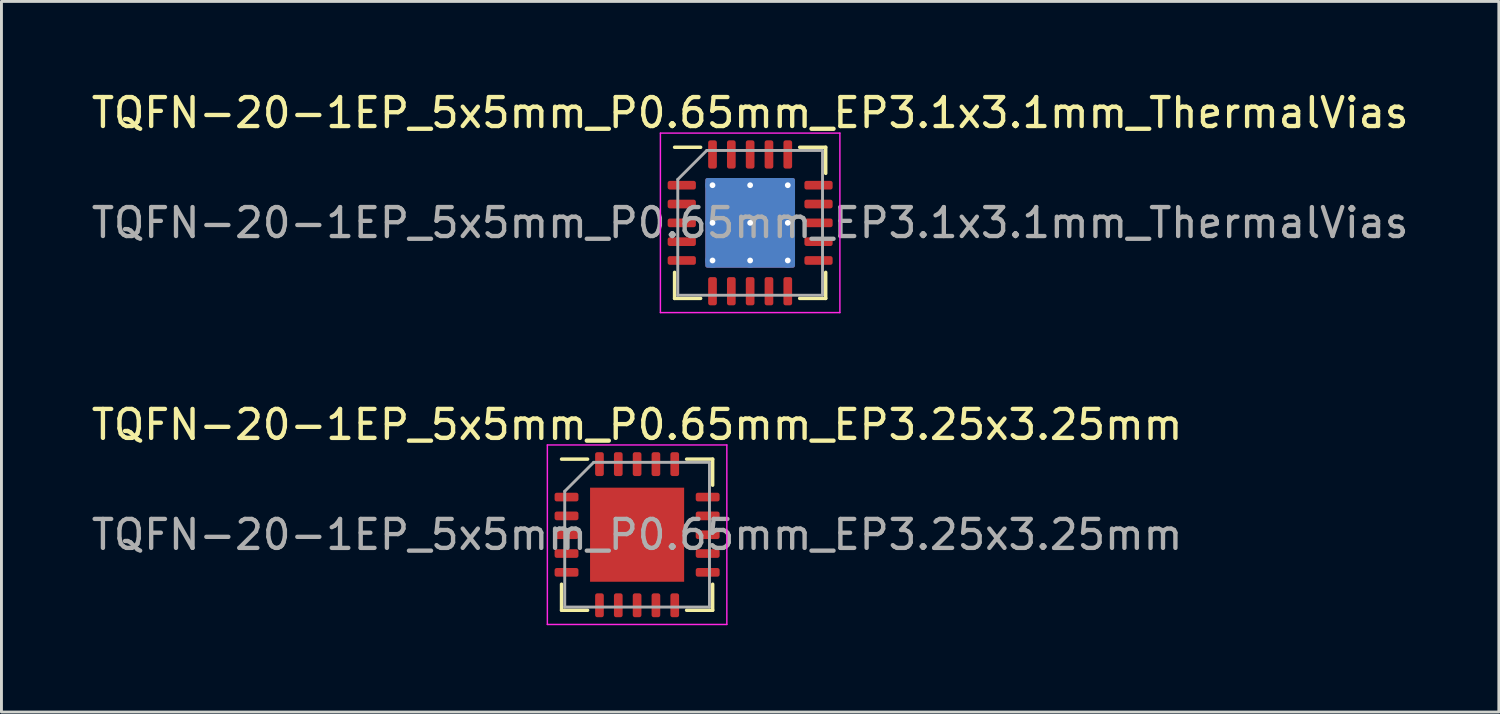
<source format=kicad_pcb>
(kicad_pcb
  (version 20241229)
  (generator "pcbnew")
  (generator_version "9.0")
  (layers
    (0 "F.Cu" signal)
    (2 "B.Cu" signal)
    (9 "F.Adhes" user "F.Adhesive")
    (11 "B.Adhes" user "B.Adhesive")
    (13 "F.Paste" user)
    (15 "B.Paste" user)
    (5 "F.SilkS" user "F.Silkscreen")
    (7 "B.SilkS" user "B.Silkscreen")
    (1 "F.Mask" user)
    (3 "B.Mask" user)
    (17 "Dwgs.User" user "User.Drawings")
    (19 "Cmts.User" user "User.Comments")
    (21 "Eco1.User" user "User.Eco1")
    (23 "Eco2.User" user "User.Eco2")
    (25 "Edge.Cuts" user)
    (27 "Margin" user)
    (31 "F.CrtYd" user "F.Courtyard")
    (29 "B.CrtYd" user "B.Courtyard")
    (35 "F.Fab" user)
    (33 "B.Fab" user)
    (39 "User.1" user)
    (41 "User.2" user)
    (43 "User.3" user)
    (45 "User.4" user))
  (footprint "TQFN-20-1EP_5x5mm_P0.65mm_EP3.25x3.25mm"
    (layer "F.Cu")
    (at 18.958 15.421)
    (property "Reference" "TQFN-20-1EP_5x5mm_P0.65mm_EP3.25x3.25mm" (at 0 -3.8 0) (layer "F.SilkS") (effects (font (size 1 1) (thickness 0.15))))
    (attr smd)
    (fp_line (start -2.61 2.61) (end -2.61 1.71) (stroke (width 0.12) (type solid)) (layer "F.SilkS"))
    (fp_line (start -1.71 -2.61) (end -2.61 -2.61) (stroke (width 0.12) (type solid)) (layer "F.SilkS"))
    (fp_line (start -1.71 2.61) (end -2.61 2.61) (stroke (width 0.12) (type solid)) (layer "F.SilkS"))
    (fp_line (start 1.71 -2.61) (end 2.61 -2.61) (stroke (width 0.12) (type solid)) (layer "F.SilkS"))
    (fp_line (start 1.71 2.61) (end 2.61 2.61) (stroke (width 0.12) (type solid)) (layer "F.SilkS"))
    (fp_line (start 2.61 -2.61) (end 2.61 -1.71) (stroke (width 0.12) (type solid)) (layer "F.SilkS"))
    (fp_line (start 2.61 2.61) (end 2.61 1.71) (stroke (width 0.12) (type solid)) (layer "F.SilkS"))
    (fp_line (start -3.1 -3.1) (end -3.1 3.1) (stroke (width 0.05) (type solid)) (layer "F.CrtYd"))
    (fp_line (start -3.1 3.1) (end 3.1 3.1) (stroke (width 0.05) (type solid)) (layer "F.CrtYd"))
    (fp_line (start 3.1 -3.1) (end -3.1 -3.1) (stroke (width 0.05) (type solid)) (layer "F.CrtYd"))
    (fp_line (start 3.1 3.1) (end 3.1 -3.1) (stroke (width 0.05) (type solid)) (layer "F.CrtYd"))
    (fp_line (start -2.5 -1.5) (end -1.5 -2.5) (stroke (width 0.1) (type solid)) (layer "F.Fab"))
    (fp_line (start -2.5 2.5) (end -2.5 -1.5) (stroke (width 0.1) (type solid)) (layer "F.Fab"))
    (fp_line (start -1.5 -2.5) (end 2.5 -2.5) (stroke (width 0.1) (type solid)) (layer "F.Fab"))
    (fp_line (start 2.5 -2.5) (end 2.5 2.5) (stroke (width 0.1) (type solid)) (layer "F.Fab"))
    (fp_line (start 2.5 2.5) (end -2.5 2.5) (stroke (width 0.1) (type solid)) (layer "F.Fab"))
    (fp_text user "${REFERENCE}" (at 0 0 0) (layer "F.Fab") (effects (font (size 1 1) (thickness 0.15))))
    (pad "" smd roundrect (at -0.81 -0.81) (size 1.31 1.31) (layers "F.Paste") (roundrect_rratio 0.191))
    (pad "" smd roundrect (at -0.81 0.81) (size 1.31 1.31) (layers "F.Paste") (roundrect_rratio 0.191))
    (pad "" smd roundrect (at 0.81 -0.81) (size 1.31 1.31) (layers "F.Paste") (roundrect_rratio 0.191))
    (pad "" smd roundrect (at 0.81 0.81) (size 1.31 1.31) (layers "F.Paste") (roundrect_rratio 0.191))
    (pad "1" smd roundrect (at -2.438 -1.3) (size 0.825 0.3) (layers "F.Cu" "F.Mask" "F.Paste") (roundrect_rratio 0.25))
    (pad "2" smd roundrect (at -2.438 -0.65) (size 0.825 0.3) (layers "F.Cu" "F.Mask" "F.Paste") (roundrect_rratio 0.25))
    (pad "3" smd roundrect (at -2.438 0) (size 0.825 0.3) (layers "F.Cu" "F.Mask" "F.Paste") (roundrect_rratio 0.25))
    (pad "4" smd roundrect (at -2.438 0.65) (size 0.825 0.3) (layers "F.Cu" "F.Mask" "F.Paste") (roundrect_rratio 0.25))
    (pad "5" smd roundrect (at -2.438 1.3) (size 0.825 0.3) (layers "F.Cu" "F.Mask" "F.Paste") (roundrect_rratio 0.25))
    (pad "6" smd roundrect (at -1.3 2.438) (size 0.3 0.825) (layers "F.Cu" "F.Mask" "F.Paste") (roundrect_rratio 0.25))
    (pad "7" smd roundrect (at -0.65 2.438) (size 0.3 0.825) (layers "F.Cu" "F.Mask" "F.Paste") (roundrect_rratio 0.25))
    (pad "8" smd roundrect (at 0 2.438) (size 0.3 0.825) (layers "F.Cu" "F.Mask" "F.Paste") (roundrect_rratio 0.25))
    (pad "9" smd roundrect (at 0.65 2.438) (size 0.3 0.825) (layers "F.Cu" "F.Mask" "F.Paste") (roundrect_rratio 0.25))
    (pad "10" smd roundrect (at 1.3 2.438) (size 0.3 0.825) (layers "F.Cu" "F.Mask" "F.Paste") (roundrect_rratio 0.25))
    (pad "11" smd roundrect (at 2.438 1.3) (size 0.825 0.3) (layers "F.Cu" "F.Mask" "F.Paste") (roundrect_rratio 0.25))
    (pad "12" smd roundrect (at 2.438 0.65) (size 0.825 0.3) (layers "F.Cu" "F.Mask" "F.Paste") (roundrect_rratio 0.25))
    (pad "13" smd roundrect (at 2.438 0) (size 0.825 0.3) (layers "F.Cu" "F.Mask" "F.Paste") (roundrect_rratio 0.25))
    (pad "14" smd roundrect (at 2.438 -0.65) (size 0.825 0.3) (layers "F.Cu" "F.Mask" "F.Paste") (roundrect_rratio 0.25))
    (pad "15" smd roundrect (at 2.438 -1.3) (size 0.825 0.3) (layers "F.Cu" "F.Mask" "F.Paste") (roundrect_rratio 0.25))
    (pad "16" smd roundrect (at 1.3 -2.438) (size 0.3 0.825) (layers "F.Cu" "F.Mask" "F.Paste") (roundrect_rratio 0.25))
    (pad "17" smd roundrect (at 0.65 -2.438) (size 0.3 0.825) (layers "F.Cu" "F.Mask" "F.Paste") (roundrect_rratio 0.25))
    (pad "18" smd roundrect (at 0 -2.438) (size 0.3 0.825) (layers "F.Cu" "F.Mask" "F.Paste") (roundrect_rratio 0.25))
    (pad "19" smd roundrect (at -0.65 -2.438) (size 0.3 0.825) (layers "F.Cu" "F.Mask" "F.Paste") (roundrect_rratio 0.25))
    (pad "20" smd roundrect (at -1.3 -2.438) (size 0.3 0.825) (layers "F.Cu" "F.Mask" "F.Paste") (roundrect_rratio 0.25))
    (pad "21" smd rect (at 0 0) (size 3.25 3.25) (layers "F.Cu" "F.Mask")))
  (footprint "TQFN-20-1EP_5x5mm_P0.65mm_EP3.1x3.1mm_ThermalVias"
    (layer "F.Cu")
    (at 22.863 4.648)
    (property "Reference" "TQFN-20-1EP_5x5mm_P0.65mm_EP3.1x3.1mm_ThermalVias" (at 0 -3.8 0) (layer "F.SilkS") (effects (font (size 1 1) (thickness 0.15))))
    (attr smd)
    (fp_line (start -2.61 2.61) (end -2.61 1.71) (stroke (width 0.12) (type solid)) (layer "F.SilkS"))
    (fp_line (start -1.71 -2.61) (end -2.61 -2.61) (stroke (width 0.12) (type solid)) (layer "F.SilkS"))
    (fp_line (start -1.71 2.61) (end -2.61 2.61) (stroke (width 0.12) (type solid)) (layer "F.SilkS"))
    (fp_line (start 1.71 -2.61) (end 2.61 -2.61) (stroke (width 0.12) (type solid)) (layer "F.SilkS"))
    (fp_line (start 1.71 2.61) (end 2.61 2.61) (stroke (width 0.12) (type solid)) (layer "F.SilkS"))
    (fp_line (start 2.61 -2.61) (end 2.61 -1.71) (stroke (width 0.12) (type solid)) (layer "F.SilkS"))
    (fp_line (start 2.61 2.61) (end 2.61 1.71) (stroke (width 0.12) (type solid)) (layer "F.SilkS"))
    (fp_line (start -3.1 -3.1) (end -3.1 3.1) (stroke (width 0.05) (type solid)) (layer "F.CrtYd"))
    (fp_line (start -3.1 3.1) (end 3.1 3.1) (stroke (width 0.05) (type solid)) (layer "F.CrtYd"))
    (fp_line (start 3.1 -3.1) (end -3.1 -3.1) (stroke (width 0.05) (type solid)) (layer "F.CrtYd"))
    (fp_line (start 3.1 3.1) (end 3.1 -3.1) (stroke (width 0.05) (type solid)) (layer "F.CrtYd"))
    (fp_line (start -2.5 -1.5) (end -1.5 -2.5) (stroke (width 0.1) (type solid)) (layer "F.Fab"))
    (fp_line (start -2.5 2.5) (end -2.5 -1.5) (stroke (width 0.1) (type solid)) (layer "F.Fab"))
    (fp_line (start -1.5 -2.5) (end 2.5 -2.5) (stroke (width 0.1) (type solid)) (layer "F.Fab"))
    (fp_line (start 2.5 -2.5) (end 2.5 2.5) (stroke (width 0.1) (type solid)) (layer "F.Fab"))
    (fp_line (start 2.5 2.5) (end -2.5 2.5) (stroke (width 0.1) (type solid)) (layer "F.Fab"))
    (fp_text user "${REFERENCE}" (at 0 0 0) (layer "F.Fab") (effects (font (size 1 1) (thickness 0.15))))
    (pad "" smd roundrect (at -0.775 -0.775) (size 1.34 1.34) (layers "F.Paste") (roundrect_rratio 0.187))
    (pad "" smd roundrect (at -0.775 0.775) (size 1.34 1.34) (layers "F.Paste") (roundrect_rratio 0.187))
    (pad "" smd roundrect (at 0.775 -0.775) (size 1.34 1.34) (layers "F.Paste") (roundrect_rratio 0.187))
    (pad "" smd roundrect (at 0.775 0.775) (size 1.34 1.34) (layers "F.Paste") (roundrect_rratio 0.187))
    (pad "1" smd roundrect (at -2.362 -1.3) (size 0.975 0.3) (layers "F.Cu" "F.Mask" "F.Paste") (roundrect_rratio 0.25))
    (pad "2" smd roundrect (at -2.362 -0.65) (size 0.975 0.3) (layers "F.Cu" "F.Mask" "F.Paste") (roundrect_rratio 0.25))
    (pad "3" smd roundrect (at -2.362 0) (size 0.975 0.3) (layers "F.Cu" "F.Mask" "F.Paste") (roundrect_rratio 0.25))
    (pad "4" smd roundrect (at -2.362 0.65) (size 0.975 0.3) (layers "F.Cu" "F.Mask" "F.Paste") (roundrect_rratio 0.25))
    (pad "5" smd roundrect (at -2.362 1.3) (size 0.975 0.3) (layers "F.Cu" "F.Mask" "F.Paste") (roundrect_rratio 0.25))
    (pad "6" smd roundrect (at -1.3 2.362) (size 0.3 0.975) (layers "F.Cu" "F.Mask" "F.Paste") (roundrect_rratio 0.25))
    (pad "7" smd roundrect (at -0.65 2.362) (size 0.3 0.975) (layers "F.Cu" "F.Mask" "F.Paste") (roundrect_rratio 0.25))
    (pad "8" smd roundrect (at 0 2.362) (size 0.3 0.975) (layers "F.Cu" "F.Mask" "F.Paste") (roundrect_rratio 0.25))
    (pad "9" smd roundrect (at 0.65 2.362) (size 0.3 0.975) (layers "F.Cu" "F.Mask" "F.Paste") (roundrect_rratio 0.25))
    (pad "10" smd roundrect (at 1.3 2.362) (size 0.3 0.975) (layers "F.Cu" "F.Mask" "F.Paste") (roundrect_rratio 0.25))
    (pad "11" smd roundrect (at 2.362 1.3) (size 0.975 0.3) (layers "F.Cu" "F.Mask" "F.Paste") (roundrect_rratio 0.25))
    (pad "12" smd roundrect (at 2.362 0.65) (size 0.975 0.3) (layers "F.Cu" "F.Mask" "F.Paste") (roundrect_rratio 0.25))
    (pad "13" smd roundrect (at 2.362 0) (size 0.975 0.3) (layers "F.Cu" "F.Mask" "F.Paste") (roundrect_rratio 0.25))
    (pad "14" smd roundrect (at 2.362 -0.65) (size 0.975 0.3) (layers "F.Cu" "F.Mask" "F.Paste") (roundrect_rratio 0.25))
    (pad "15" smd roundrect (at 2.362 -1.3) (size 0.975 0.3) (layers "F.Cu" "F.Mask" "F.Paste") (roundrect_rratio 0.25))
    (pad "16" smd roundrect (at 1.3 -2.362) (size 0.3 0.975) (layers "F.Cu" "F.Mask" "F.Paste") (roundrect_rratio 0.25))
    (pad "17" smd roundrect (at 0.65 -2.362) (size 0.3 0.975) (layers "F.Cu" "F.Mask" "F.Paste") (roundrect_rratio 0.25))
    (pad "18" smd roundrect (at 0 -2.362) (size 0.3 0.975) (layers "F.Cu" "F.Mask" "F.Paste") (roundrect_rratio 0.25))
    (pad "19" smd roundrect (at -0.65 -2.362) (size 0.3 0.975) (layers "F.Cu" "F.Mask" "F.Paste") (roundrect_rratio 0.25))
    (pad "20" smd roundrect (at -1.3 -2.362) (size 0.3 0.975) (layers "F.Cu" "F.Mask" "F.Paste") (roundrect_rratio 0.25))
    (pad "21" thru_hole circle (at -1.3 -1.3) (size 0.5 0.5) (drill 0.2) (layers "*.Cu"))
    (pad "21" thru_hole circle (at -1.3 0) (size 0.5 0.5) (drill 0.2) (layers "*.Cu"))
    (pad "21" thru_hole circle (at -1.3 1.3) (size 0.5 0.5) (drill 0.2) (layers "*.Cu"))
    (pad "21" thru_hole circle (at 0 -1.3) (size 0.5 0.5) (drill 0.2) (layers "*.Cu"))
    (pad "21" thru_hole circle (at 0 0) (size 0.5 0.5) (drill 0.2) (layers "*.Cu"))
    (pad "21" smd roundrect (at 0 0) (size 3.1 3.1) (layers "F.Cu" "F.Mask") (roundrect_rratio 0.024))
    (pad "21" smd roundrect (at 0 0) (size 3.1 3.1) (layers "B.Cu") (roundrect_rratio 0.024))
    (pad "21" thru_hole circle (at 0 1.3) (size 0.5 0.5) (drill 0.2) (layers "*.Cu"))
    (pad "21" thru_hole circle (at 1.3 -1.3) (size 0.5 0.5) (drill 0.2) (layers "*.Cu"))
    (pad "21" thru_hole circle (at 1.3 0) (size 0.5 0.5) (drill 0.2) (layers "*.Cu"))
    (pad "21" thru_hole circle (at 1.3 1.3) (size 0.5 0.5) (drill 0.2) (layers "*.Cu")))
  (gr_rect
    (start -3 -3)
    (end 48.726 21.547)
    (stroke (width 0.1) (type default))
    (fill no)
    (layer "Edge.Cuts")))
</source>
